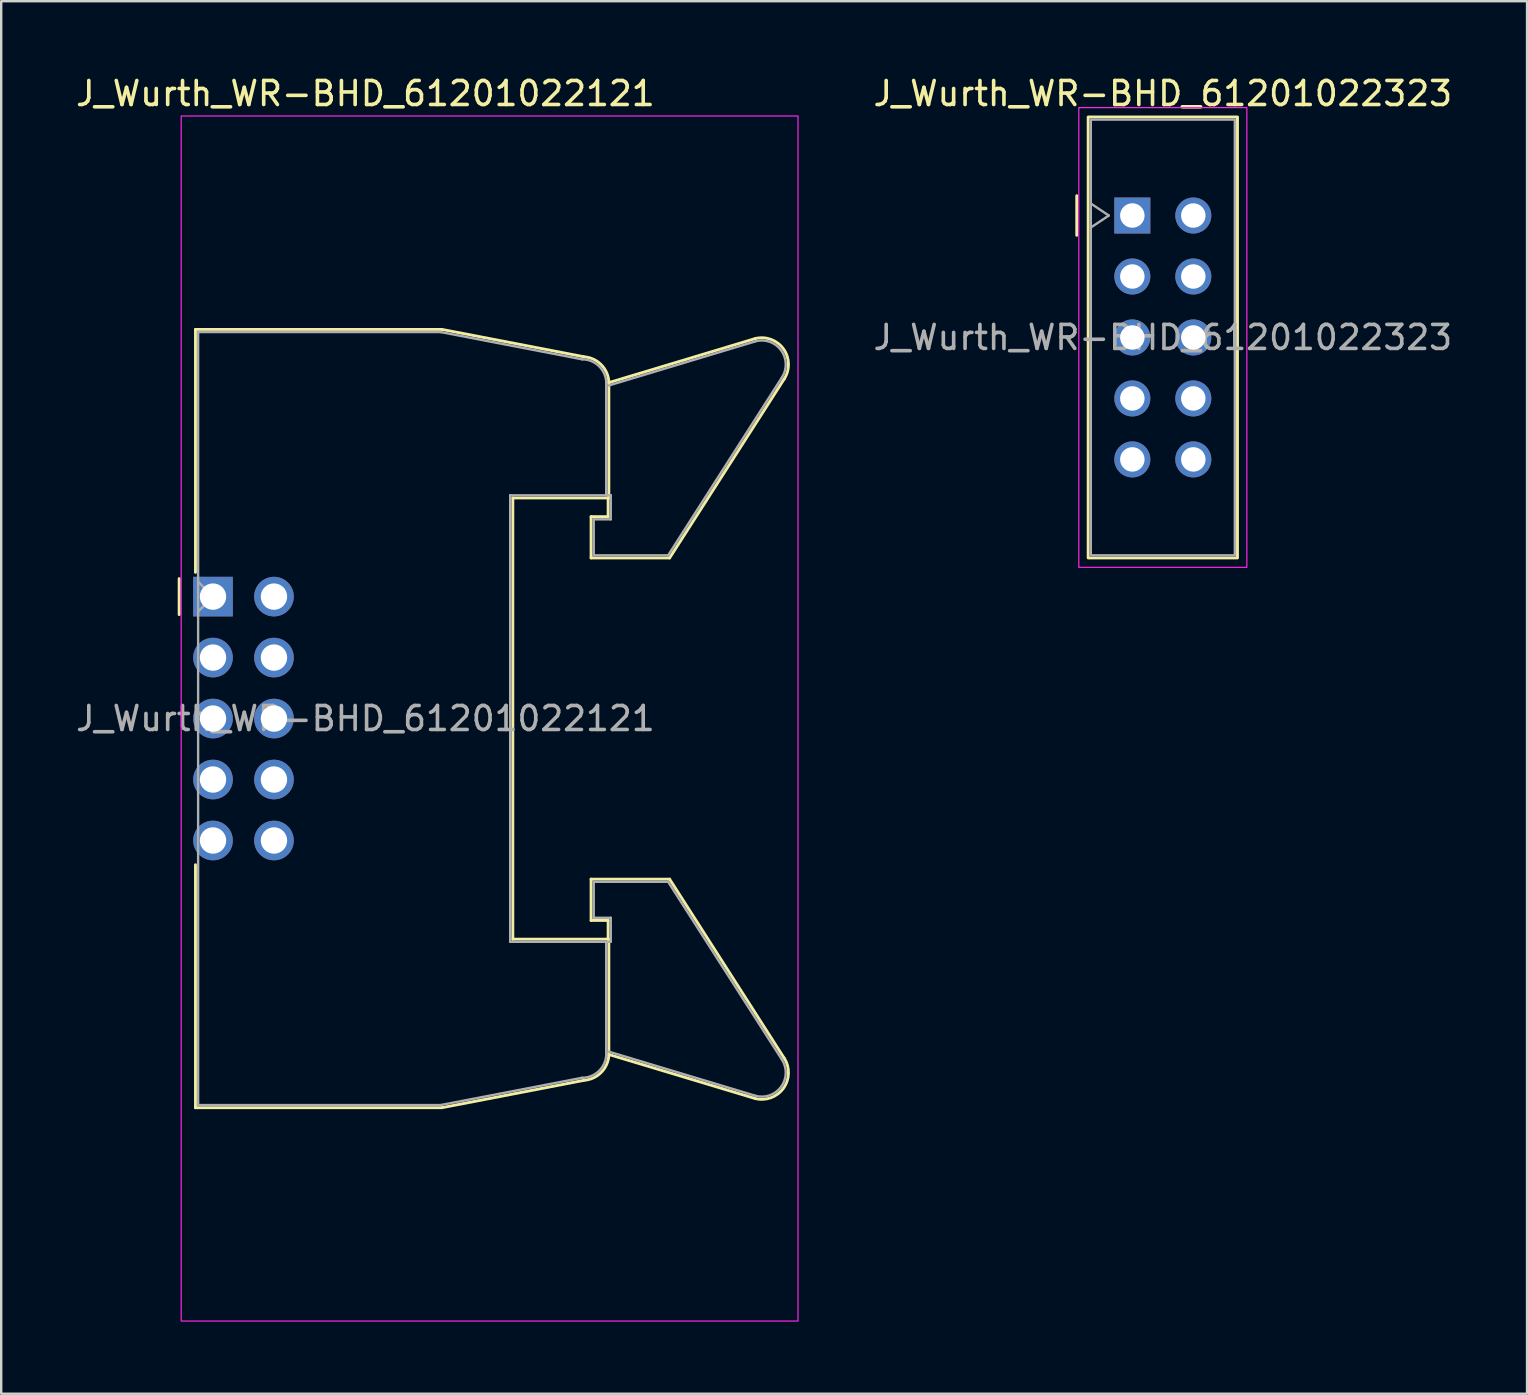
<source format=kicad_pcb>
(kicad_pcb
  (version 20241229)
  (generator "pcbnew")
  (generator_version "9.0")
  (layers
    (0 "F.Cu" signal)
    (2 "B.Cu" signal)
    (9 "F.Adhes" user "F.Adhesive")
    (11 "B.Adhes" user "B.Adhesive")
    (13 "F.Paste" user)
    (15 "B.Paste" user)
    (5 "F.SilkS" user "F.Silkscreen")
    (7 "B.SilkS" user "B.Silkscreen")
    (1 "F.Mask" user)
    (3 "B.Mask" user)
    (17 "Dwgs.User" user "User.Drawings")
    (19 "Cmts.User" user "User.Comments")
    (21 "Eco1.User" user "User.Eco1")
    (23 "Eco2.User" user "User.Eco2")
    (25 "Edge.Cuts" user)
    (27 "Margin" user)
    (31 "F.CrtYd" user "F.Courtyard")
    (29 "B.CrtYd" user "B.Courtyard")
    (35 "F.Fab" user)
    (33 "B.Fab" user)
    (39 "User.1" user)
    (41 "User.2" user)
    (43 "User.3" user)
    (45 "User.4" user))
  (footprint "J_Wurth_WR-BHD_61201022323"
    (layer "F.Cu")
    (at 44.12 5.928)
    (property "Reference" "J_Wurth_WR-BHD_61201022323" (at 1.27 -5.08 0) (unlocked yes) (layer "F.SilkS") (effects (font (size 1 1) (thickness 0.15))))
    (attr through_hole)
    (fp_line (start -2.315 -0.825) (end -2.315 0.825) (stroke (width 0.12) (type solid)) (layer "F.SilkS"))
    (fp_rect (start -1.84 -4.105) (end 4.38 14.265) (stroke (width 0.12) (type solid)) (fill no) (layer "F.SilkS"))
    (fp_rect (start -2.23 -4.495) (end 4.77 14.655) (stroke (width 0.05) (type solid)) (fill no) (layer "F.CrtYd"))
    (fp_line (start -0.98 0) (end -1.73 -0.5) (stroke (width 0.1) (type solid)) (layer "F.Fab"))
    (fp_line (start -0.98 0) (end -1.73 0.5) (stroke (width 0.1) (type solid)) (layer "F.Fab"))
    (fp_rect (start -1.73 -3.995) (end 4.27 14.155) (stroke (width 0.1) (type solid)) (fill no) (layer "F.Fab"))
    (fp_text user "${REFERENCE}" (at 1.27 5.08 0) (unlocked yes) (layer "F.Fab") (effects (font (size 1 1) (thickness 0.15))))
    (pad "1" thru_hole rect (at 0 0 270) (size 1.5 1.5) (drill 1.02) (layers "*.Cu" "*.Mask"))
    (pad "2" thru_hole circle (at 2.54 0 270) (size 1.5 1.5) (drill 1.02) (layers "*.Cu" "*.Mask"))
    (pad "3" thru_hole circle (at 0 2.54 270) (size 1.5 1.5) (drill 1.02) (layers "*.Cu" "*.Mask"))
    (pad "4" thru_hole circle (at 2.54 2.54 270) (size 1.5 1.5) (drill 1.02) (layers "*.Cu" "*.Mask"))
    (pad "5" thru_hole circle (at 0 5.08 270) (size 1.5 1.5) (drill 1.02) (layers "*.Cu" "*.Mask"))
    (pad "6" thru_hole circle (at 2.54 5.08 270) (size 1.5 1.5) (drill 1.02) (layers "*.Cu" "*.Mask"))
    (pad "7" thru_hole circle (at 0 7.62 270) (size 1.5 1.5) (drill 1.02) (layers "*.Cu" "*.Mask"))
    (pad "8" thru_hole circle (at 2.54 7.62 270) (size 1.5 1.5) (drill 1.02) (layers "*.Cu" "*.Mask"))
    (pad "9" thru_hole circle (at 0 10.16 270) (size 1.5 1.5) (drill 1.02) (layers "*.Cu" "*.Mask"))
    (pad "10" thru_hole circle (at 2.54 10.16 270) (size 1.5 1.5) (drill 1.02) (layers "*.Cu" "*.Mask")))
  (footprint "J_Wurth_WR-BHD_61201022121"
    (layer "F.Cu")
    (at 5.823 21.803)
    (property "Reference" "J_Wurth_WR-BHD_61201022121" (at 6.35 -20.955 0) (unlocked yes) (layer "F.SilkS") (effects (font (size 1 1) (thickness 0.15))))
    (attr through_hole)
    (fp_line (start -1.41 -0.75) (end -1.41 0.75) (stroke (width 0.12) (type solid)) (layer "F.SilkS"))
    (fp_line (start -0.73 -11.13) (end -0.73 -1.01) (stroke (width 0.12) (type solid)) (layer "F.SilkS"))
    (fp_line (start -0.73 -11.13) (end 9.534 -11.13) (stroke (width 0.12) (type solid)) (layer "F.SilkS"))
    (fp_line (start -0.73 21.29) (end -0.73 11.17) (stroke (width 0.12) (type solid)) (layer "F.SilkS"))
    (fp_line (start -0.73 21.29) (end 9.534 21.29) (stroke (width 0.12) (type solid)) (layer "F.SilkS"))
    (fp_line (start 9.534 -11.13) (end 15.443 -9.992) (stroke (width 0.12) (type solid)) (layer "F.SilkS"))
    (fp_line (start 9.534 21.29) (end 15.443 20.152) (stroke (width 0.12) (type solid)) (layer "F.SilkS"))
    (fp_line (start 12.49 14.27) (end 12.49 -4.11) (stroke (width 0.12) (type solid)) (layer "F.SilkS"))
    (fp_line (start 15.75 -3.33) (end 15.75 -1.61) (stroke (width 0.12) (type solid)) (layer "F.SilkS"))
    (fp_line (start 15.75 -1.61) (end 19.021 -1.61) (stroke (width 0.12) (type solid)) (layer "F.SilkS"))
    (fp_line (start 15.75 11.77) (end 19.021 11.77) (stroke (width 0.12) (type solid)) (layer "F.SilkS"))
    (fp_line (start 15.75 13.49) (end 15.75 11.77) (stroke (width 0.12) (type solid)) (layer "F.SilkS"))
    (fp_line (start 16.46 -4.11) (end 12.49 -4.11) (stroke (width 0.12) (type solid)) (layer "F.SilkS"))
    (fp_line (start 16.46 -4.11) (end 16.46 -3.33) (stroke (width 0.12) (type solid)) (layer "F.SilkS"))
    (fp_line (start 16.46 -3.33) (end 15.75 -3.33) (stroke (width 0.12) (type solid)) (layer "F.SilkS"))
    (fp_line (start 16.46 13.49) (end 15.75 13.49) (stroke (width 0.12) (type solid)) (layer "F.SilkS"))
    (fp_line (start 16.46 14.27) (end 12.49 14.27) (stroke (width 0.12) (type solid)) (layer "F.SilkS"))
    (fp_line (start 16.46 14.27) (end 16.46 13.49) (stroke (width 0.12) (type solid)) (layer "F.SilkS"))
    (fp_line (start 16.49 -8.975) (end 16.49 -4.11) (stroke (width 0.12) (type solid)) (layer "F.SilkS"))
    (fp_line (start 16.49 19.135) (end 16.49 14.27) (stroke (width 0.12) (type solid)) (layer "F.SilkS"))
    (fp_line (start 19.021 -1.61) (end 23.789 -9.059) (stroke (width 0.12) (type solid)) (layer "F.SilkS"))
    (fp_line (start 19.021 11.77) (end 23.789 19.219) (stroke (width 0.12) (type solid)) (layer "F.SilkS"))
    (fp_line (start 22.581 -10.747) (end 16.491 -8.914) (stroke (width 0.12) (type solid)) (layer "F.SilkS"))
    (fp_line (start 22.581 20.907) (end 16.491 19.074) (stroke (width 0.12) (type solid)) (layer "F.SilkS"))
    (fp_arc (start 15.442979 -9.98974) (mid 16.176162 -9.655638) (end 16.491006 -8.913981) (stroke (width 0.12) (type solid)) (layer "F.SilkS"))
    (fp_arc (start 16.491006 19.073981) (mid 16.176162 19.815638) (end 15.442979 20.14974) (stroke (width 0.12) (type solid)) (layer "F.SilkS"))
    (fp_arc (start 22.581 -10.747) (mid 23.764714 -10.317505) (end 23.789444 -9.058524) (stroke (width 0.12) (type solid)) (layer "F.SilkS"))
    (fp_arc (start 23.789444 19.218524) (mid 23.764714 20.477505) (end 22.581 20.907) (stroke (width 0.12) (type solid)) (layer "F.SilkS"))
    (fp_rect (start -1.325 -20.02) (end 24.37 30.18) (stroke (width 0.05) (type solid)) (fill no) (layer "F.CrtYd"))
    (fp_line (start -0.62 -11.02) (end 9.484 -11.02) (stroke (width 0.1) (type solid)) (layer "F.Fab"))
    (fp_line (start -0.62 21.18) (end -0.62 -11.02) (stroke (width 0.1) (type solid)) (layer "F.Fab"))
    (fp_line (start -0.62 21.18) (end 9.484 21.18) (stroke (width 0.1) (type solid)) (layer "F.Fab"))
    (fp_line (start 0 0) (end -0.62 -0.62) (stroke (width 0.1) (type solid)) (layer "F.Fab"))
    (fp_line (start 0 0) (end -0.62 0.62) (stroke (width 0.1) (type solid)) (layer "F.Fab"))
    (fp_line (start 9.484 -11.02) (end 15.381 -9.884) (stroke (width 0.1) (type solid)) (layer "F.Fab"))
    (fp_line (start 9.484 21.18) (end 15.381 20.044) (stroke (width 0.1) (type solid)) (layer "F.Fab"))
    (fp_line (start 12.38 14.38) (end 12.38 -4.22) (stroke (width 0.1) (type solid)) (layer "F.Fab"))
    (fp_line (start 15.86 -1.72) (end 15.86 -3.22) (stroke (width 0.1) (type solid)) (layer "F.Fab"))
    (fp_line (start 15.86 -1.72) (end 18.96 -1.72) (stroke (width 0.1) (type solid)) (layer "F.Fab"))
    (fp_line (start 15.86 11.88) (end 18.96 11.88) (stroke (width 0.1) (type solid)) (layer "F.Fab"))
    (fp_line (start 15.86 13.38) (end 15.86 11.88) (stroke (width 0.1) (type solid)) (layer "F.Fab"))
    (fp_line (start 16.38 -8.975) (end 16.38 -4.22) (stroke (width 0.1) (type solid)) (layer "F.Fab"))
    (fp_line (start 16.38 19.135) (end 16.38 14.38) (stroke (width 0.1) (type solid)) (layer "F.Fab"))
    (fp_line (start 16.57 -4.22) (end 12.38 -4.22) (stroke (width 0.1) (type solid)) (layer "F.Fab"))
    (fp_line (start 16.57 -4.22) (end 16.57 -3.22) (stroke (width 0.1) (type solid)) (layer "F.Fab"))
    (fp_line (start 16.57 -3.22) (end 15.86 -3.22) (stroke (width 0.1) (type solid)) (layer "F.Fab"))
    (fp_line (start 16.57 13.38) (end 15.86 13.38) (stroke (width 0.1) (type solid)) (layer "F.Fab"))
    (fp_line (start 16.57 14.38) (end 12.38 14.38) (stroke (width 0.1) (type solid)) (layer "F.Fab"))
    (fp_line (start 16.57 14.38) (end 16.57 13.38) (stroke (width 0.1) (type solid)) (layer "F.Fab"))
    (fp_line (start 18.96 -1.72) (end 23.696 -9.12) (stroke (width 0.1) (type solid)) (layer "F.Fab"))
    (fp_line (start 18.96 11.88) (end 23.696 19.28) (stroke (width 0.1) (type solid)) (layer "F.Fab"))
    (fp_line (start 22.571 -10.627) (end 16.481 -8.794) (stroke (width 0.1) (type solid)) (layer "F.Fab"))
    (fp_line (start 22.571 20.787) (end 16.481 18.954) (stroke (width 0.1) (type solid)) (layer "F.Fab"))
    (fp_arc (start 15.380999 -9.884) (mid 16.05791 -9.620576) (end 16.38 -8.969532) (stroke (width 0.1) (type solid)) (layer "F.Fab"))
    (fp_arc (start 16.38 19.129532) (mid 16.05791 19.780576) (end 15.380999 20.044) (stroke (width 0.1) (type solid)) (layer "F.Fab"))
    (fp_arc (start 22.573383 -10.628774) (mid 23.662842 -10.267362) (end 23.696001 -9.12) (stroke (width 0.1) (type solid)) (layer "F.Fab"))
    (fp_arc (start 23.696001 19.28) (mid 23.662842 20.427363) (end 22.573383 20.788774) (stroke (width 0.1) (type solid)) (layer "F.Fab"))
    (fp_text user "${REFERENCE}" (at 6.35 5.08 0) (unlocked yes) (layer "F.Fab") (effects (font (size 1 1) (thickness 0.15))))
    (pad "1" thru_hole rect (at 0 0 90) (size 1.65 1.65) (drill 1.1) (layers "*.Cu" "*.Mask"))
    (pad "2" thru_hole circle (at 2.54 0 90) (size 1.65 1.65) (drill 1.1) (layers "*.Cu" "*.Mask"))
    (pad "3" thru_hole circle (at 0 2.54 90) (size 1.65 1.65) (drill 1.1) (layers "*.Cu" "*.Mask"))
    (pad "4" thru_hole circle (at 2.54 2.54 90) (size 1.65 1.65) (drill 1.1) (layers "*.Cu" "*.Mask"))
    (pad "5" thru_hole circle (at 0 5.08 90) (size 1.65 1.65) (drill 1.1) (layers "*.Cu" "*.Mask"))
    (pad "6" thru_hole circle (at 2.54 5.08 90) (size 1.65 1.65) (drill 1.1) (layers "*.Cu" "*.Mask"))
    (pad "7" thru_hole circle (at 0 7.62 90) (size 1.65 1.65) (drill 1.1) (layers "*.Cu" "*.Mask"))
    (pad "8" thru_hole circle (at 2.54 7.62 90) (size 1.65 1.65) (drill 1.1) (layers "*.Cu" "*.Mask"))
    (pad "9" thru_hole circle (at 0 10.16 90) (size 1.65 1.65) (drill 1.1) (layers "*.Cu" "*.Mask"))
    (pad "10" thru_hole circle (at 2.54 10.16 90) (size 1.65 1.65) (drill 1.1) (layers "*.Cu" "*.Mask")))
  (gr_rect
    (start -3 -3)
    (end 60.563 55.008)
    (stroke (width 0.1) (type default))
    (fill no)
    (layer "Edge.Cuts")))
</source>
